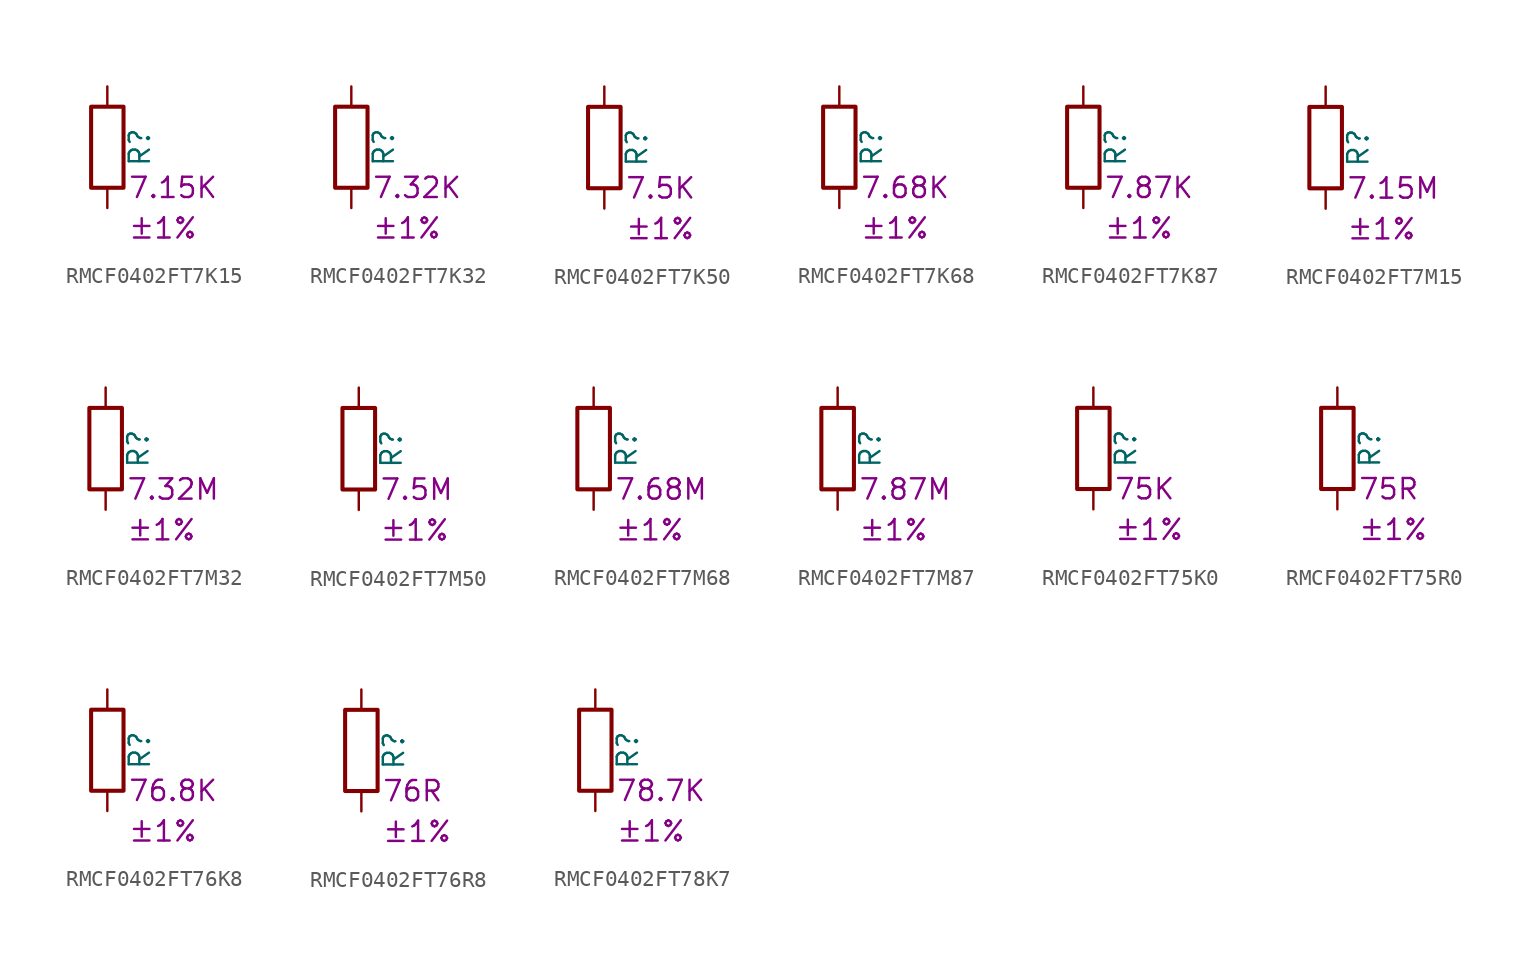
<source format=kicad_sym>
(kicad_symbol_lib
  (version 20220914)
  (generator kicad_symbol_editor)
  (symbol "RMCF0402FT7K15"
    (pin_numbers hide)
    (pin_names
      (offset 0))
    (property "Reference" "R"
      (at 2.032 0 90)
      (effects (font (size 1.27 1.27))))
    (property "Resistance" "7.15K"
      (at 1.27 -2.54 0)
      (effects (font (size 1.27 1.27)) (justify left)))
    (property "Tolerance" "±1%"
      (at 1.27 -5.08 0)
      (effects (font (size 1.27 1.27)) (justify left)))
    (symbol "RMCF0402FT7K15_0_1"
      (rectangle (start -1.016 -2.54) (end 1.016 2.54) (stroke (width 0.254) (type default)) (fill (type none))))
    (symbol "RMCF0402FT7K15_1_1"
      (pin passive line (at 0 3.81 270) (length 1.27) (name "~" (effects (font (size 1.27 1.27)))) (number "1" (effects (font (size 1.27 1.27)))))
      (pin passive line (at 0 -3.81 90) (length 1.27) (name "~" (effects (font (size 1.27 1.27)))) (number "2" (effects (font (size 1.27 1.27)))))))
  (symbol "RMCF0402FT7K32"
    (pin_numbers hide)
    (pin_names
      (offset 0))
    (property "Reference" "R"
      (at 2.032 0 90)
      (effects (font (size 1.27 1.27))))
    (property "Resistance" "7.32K"
      (at 1.27 -2.54 0)
      (effects (font (size 1.27 1.27)) (justify left)))
    (property "Tolerance" "±1%"
      (at 1.27 -5.08 0)
      (effects (font (size 1.27 1.27)) (justify left)))
    (symbol "RMCF0402FT7K32_0_1"
      (rectangle (start -1.016 -2.54) (end 1.016 2.54) (stroke (width 0.254) (type default)) (fill (type none))))
    (symbol "RMCF0402FT7K32_1_1"
      (pin passive line (at 0 3.81 270) (length 1.27) (name "~" (effects (font (size 1.27 1.27)))) (number "1" (effects (font (size 1.27 1.27)))))
      (pin passive line (at 0 -3.81 90) (length 1.27) (name "~" (effects (font (size 1.27 1.27)))) (number "2" (effects (font (size 1.27 1.27)))))))
  (symbol "RMCF0402FT7K50"
    (pin_numbers hide)
    (pin_names
      (offset 0))
    (property "Reference" "R"
      (at 2.032 0 90)
      (effects (font (size 1.27 1.27))))
    (property "Resistance" "7.5K"
      (at 1.27 -2.54 0)
      (effects (font (size 1.27 1.27)) (justify left)))
    (property "Tolerance" "±1%"
      (at 1.27 -5.08 0)
      (effects (font (size 1.27 1.27)) (justify left)))
    (symbol "RMCF0402FT7K50_0_1"
      (rectangle (start -1.016 -2.54) (end 1.016 2.54) (stroke (width 0.254) (type default)) (fill (type none))))
    (symbol "RMCF0402FT7K50_1_1"
      (pin passive line (at 0 3.81 270) (length 1.27) (name "~" (effects (font (size 1.27 1.27)))) (number "1" (effects (font (size 1.27 1.27)))))
      (pin passive line (at 0 -3.81 90) (length 1.27) (name "~" (effects (font (size 1.27 1.27)))) (number "2" (effects (font (size 1.27 1.27)))))))
  (symbol "RMCF0402FT7K68"
    (pin_numbers hide)
    (pin_names
      (offset 0))
    (property "Reference" "R"
      (at 2.032 0 90)
      (effects (font (size 1.27 1.27))))
    (property "Resistance" "7.68K"
      (at 1.27 -2.54 0)
      (effects (font (size 1.27 1.27)) (justify left)))
    (property "Tolerance" "±1%"
      (at 1.27 -5.08 0)
      (effects (font (size 1.27 1.27)) (justify left)))
    (symbol "RMCF0402FT7K68_0_1"
      (rectangle (start -1.016 -2.54) (end 1.016 2.54) (stroke (width 0.254) (type default)) (fill (type none))))
    (symbol "RMCF0402FT7K68_1_1"
      (pin passive line (at 0 3.81 270) (length 1.27) (name "~" (effects (font (size 1.27 1.27)))) (number "1" (effects (font (size 1.27 1.27)))))
      (pin passive line (at 0 -3.81 90) (length 1.27) (name "~" (effects (font (size 1.27 1.27)))) (number "2" (effects (font (size 1.27 1.27)))))))
  (symbol "RMCF0402FT7K87"
    (pin_numbers hide)
    (pin_names
      (offset 0))
    (property "Reference" "R"
      (at 2.032 0 90)
      (effects (font (size 1.27 1.27))))
    (property "Resistance" "7.87K"
      (at 1.27 -2.54 0)
      (effects (font (size 1.27 1.27)) (justify left)))
    (property "Tolerance" "±1%"
      (at 1.27 -5.08 0)
      (effects (font (size 1.27 1.27)) (justify left)))
    (symbol "RMCF0402FT7K87_0_1"
      (rectangle (start -1.016 -2.54) (end 1.016 2.54) (stroke (width 0.254) (type default)) (fill (type none))))
    (symbol "RMCF0402FT7K87_1_1"
      (pin passive line (at 0 3.81 270) (length 1.27) (name "~" (effects (font (size 1.27 1.27)))) (number "1" (effects (font (size 1.27 1.27)))))
      (pin passive line (at 0 -3.81 90) (length 1.27) (name "~" (effects (font (size 1.27 1.27)))) (number "2" (effects (font (size 1.27 1.27)))))))
  (symbol "RMCF0402FT7M15"
    (pin_numbers hide)
    (pin_names
      (offset 0))
    (property "Reference" "R"
      (at 2.032 0 90)
      (effects (font (size 1.27 1.27))))
    (property "Resistance" "7.15M"
      (at 1.27 -2.54 0)
      (effects (font (size 1.27 1.27)) (justify left)))
    (property "Tolerance" "±1%"
      (at 1.27 -5.08 0)
      (effects (font (size 1.27 1.27)) (justify left)))
    (symbol "RMCF0402FT7M15_0_1"
      (rectangle (start -1.016 -2.54) (end 1.016 2.54) (stroke (width 0.254) (type default)) (fill (type none))))
    (symbol "RMCF0402FT7M15_1_1"
      (pin passive line (at 0 3.81 270) (length 1.27) (name "~" (effects (font (size 1.27 1.27)))) (number "1" (effects (font (size 1.27 1.27)))))
      (pin passive line (at 0 -3.81 90) (length 1.27) (name "~" (effects (font (size 1.27 1.27)))) (number "2" (effects (font (size 1.27 1.27)))))))
  (symbol "RMCF0402FT7M32"
    (pin_numbers hide)
    (pin_names
      (offset 0))
    (property "Reference" "R"
      (at 2.032 0 90)
      (effects (font (size 1.27 1.27))))
    (property "Resistance" "7.32M"
      (at 1.27 -2.54 0)
      (effects (font (size 1.27 1.27)) (justify left)))
    (property "Tolerance" "±1%"
      (at 1.27 -5.08 0)
      (effects (font (size 1.27 1.27)) (justify left)))
    (symbol "RMCF0402FT7M32_0_1"
      (rectangle (start -1.016 -2.54) (end 1.016 2.54) (stroke (width 0.254) (type default)) (fill (type none))))
    (symbol "RMCF0402FT7M32_1_1"
      (pin passive line (at 0 3.81 270) (length 1.27) (name "~" (effects (font (size 1.27 1.27)))) (number "1" (effects (font (size 1.27 1.27)))))
      (pin passive line (at 0 -3.81 90) (length 1.27) (name "~" (effects (font (size 1.27 1.27)))) (number "2" (effects (font (size 1.27 1.27)))))))
  (symbol "RMCF0402FT7M50"
    (pin_numbers hide)
    (pin_names
      (offset 0))
    (property "Reference" "R"
      (at 2.032 0 90)
      (effects (font (size 1.27 1.27))))
    (property "Resistance" "7.5M"
      (at 1.27 -2.54 0)
      (effects (font (size 1.27 1.27)) (justify left)))
    (property "Tolerance" "±1%"
      (at 1.27 -5.08 0)
      (effects (font (size 1.27 1.27)) (justify left)))
    (symbol "RMCF0402FT7M50_0_1"
      (rectangle (start -1.016 -2.54) (end 1.016 2.54) (stroke (width 0.254) (type default)) (fill (type none))))
    (symbol "RMCF0402FT7M50_1_1"
      (pin passive line (at 0 3.81 270) (length 1.27) (name "~" (effects (font (size 1.27 1.27)))) (number "1" (effects (font (size 1.27 1.27)))))
      (pin passive line (at 0 -3.81 90) (length 1.27) (name "~" (effects (font (size 1.27 1.27)))) (number "2" (effects (font (size 1.27 1.27)))))))
  (symbol "RMCF0402FT7M68"
    (pin_numbers hide)
    (pin_names
      (offset 0))
    (property "Reference" "R"
      (at 2.032 0 90)
      (effects (font (size 1.27 1.27))))
    (property "Resistance" "7.68M"
      (at 1.27 -2.54 0)
      (effects (font (size 1.27 1.27)) (justify left)))
    (property "Tolerance" "±1%"
      (at 1.27 -5.08 0)
      (effects (font (size 1.27 1.27)) (justify left)))
    (symbol "RMCF0402FT7M68_0_1"
      (rectangle (start -1.016 -2.54) (end 1.016 2.54) (stroke (width 0.254) (type default)) (fill (type none))))
    (symbol "RMCF0402FT7M68_1_1"
      (pin passive line (at 0 3.81 270) (length 1.27) (name "~" (effects (font (size 1.27 1.27)))) (number "1" (effects (font (size 1.27 1.27)))))
      (pin passive line (at 0 -3.81 90) (length 1.27) (name "~" (effects (font (size 1.27 1.27)))) (number "2" (effects (font (size 1.27 1.27)))))))
  (symbol "RMCF0402FT7M87"
    (pin_numbers hide)
    (pin_names
      (offset 0))
    (property "Reference" "R"
      (at 2.032 0 90)
      (effects (font (size 1.27 1.27))))
    (property "Resistance" "7.87M"
      (at 1.27 -2.54 0)
      (effects (font (size 1.27 1.27)) (justify left)))
    (property "Tolerance" "±1%"
      (at 1.27 -5.08 0)
      (effects (font (size 1.27 1.27)) (justify left)))
    (symbol "RMCF0402FT7M87_0_1"
      (rectangle (start -1.016 -2.54) (end 1.016 2.54) (stroke (width 0.254) (type default)) (fill (type none))))
    (symbol "RMCF0402FT7M87_1_1"
      (pin passive line (at 0 3.81 270) (length 1.27) (name "~" (effects (font (size 1.27 1.27)))) (number "1" (effects (font (size 1.27 1.27)))))
      (pin passive line (at 0 -3.81 90) (length 1.27) (name "~" (effects (font (size 1.27 1.27)))) (number "2" (effects (font (size 1.27 1.27)))))))
  (symbol "RMCF0402FT75K0"
    (pin_numbers hide)
    (pin_names
      (offset 0))
    (property "Reference" "R"
      (at 2.032 0 90)
      (effects (font (size 1.27 1.27))))
    (property "Resistance" "75K"
      (at 1.27 -2.54 0)
      (effects (font (size 1.27 1.27)) (justify left)))
    (property "Tolerance" "±1%"
      (at 1.27 -5.08 0)
      (effects (font (size 1.27 1.27)) (justify left)))
    (symbol "RMCF0402FT75K0_0_1"
      (rectangle (start -1.016 -2.54) (end 1.016 2.54) (stroke (width 0.254) (type default)) (fill (type none))))
    (symbol "RMCF0402FT75K0_1_1"
      (pin passive line (at 0 3.81 270) (length 1.27) (name "~" (effects (font (size 1.27 1.27)))) (number "1" (effects (font (size 1.27 1.27)))))
      (pin passive line (at 0 -3.81 90) (length 1.27) (name "~" (effects (font (size 1.27 1.27)))) (number "2" (effects (font (size 1.27 1.27)))))))
  (symbol "RMCF0402FT75R0"
    (pin_numbers hide)
    (pin_names
      (offset 0))
    (property "Reference" "R"
      (at 2.032 0 90)
      (effects (font (size 1.27 1.27))))
    (property "Resistance" "75R"
      (at 1.27 -2.54 0)
      (effects (font (size 1.27 1.27)) (justify left)))
    (property "Tolerance" "±1%"
      (at 1.27 -5.08 0)
      (effects (font (size 1.27 1.27)) (justify left)))
    (symbol "RMCF0402FT75R0_0_1"
      (rectangle (start -1.016 -2.54) (end 1.016 2.54) (stroke (width 0.254) (type default)) (fill (type none))))
    (symbol "RMCF0402FT75R0_1_1"
      (pin passive line (at 0 3.81 270) (length 1.27) (name "~" (effects (font (size 1.27 1.27)))) (number "1" (effects (font (size 1.27 1.27)))))
      (pin passive line (at 0 -3.81 90) (length 1.27) (name "~" (effects (font (size 1.27 1.27)))) (number "2" (effects (font (size 1.27 1.27)))))))
  (symbol "RMCF0402FT76K8"
    (pin_numbers hide)
    (pin_names
      (offset 0))
    (property "Reference" "R"
      (at 2.032 0 90)
      (effects (font (size 1.27 1.27))))
    (property "Resistance" "76.8K"
      (at 1.27 -2.54 0)
      (effects (font (size 1.27 1.27)) (justify left)))
    (property "Tolerance" "±1%"
      (at 1.27 -5.08 0)
      (effects (font (size 1.27 1.27)) (justify left)))
    (symbol "RMCF0402FT76K8_0_1"
      (rectangle (start -1.016 -2.54) (end 1.016 2.54) (stroke (width 0.254) (type default)) (fill (type none))))
    (symbol "RMCF0402FT76K8_1_1"
      (pin passive line (at 0 3.81 270) (length 1.27) (name "~" (effects (font (size 1.27 1.27)))) (number "1" (effects (font (size 1.27 1.27)))))
      (pin passive line (at 0 -3.81 90) (length 1.27) (name "~" (effects (font (size 1.27 1.27)))) (number "2" (effects (font (size 1.27 1.27)))))))
  (symbol "RMCF0402FT76R8"
    (pin_numbers hide)
    (pin_names
      (offset 0))
    (property "Reference" "R"
      (at 2.032 0 90)
      (effects (font (size 1.27 1.27))))
    (property "Resistance" "76R"
      (at 1.27 -2.54 0)
      (effects (font (size 1.27 1.27)) (justify left)))
    (property "Tolerance" "±1%"
      (at 1.27 -5.08 0)
      (effects (font (size 1.27 1.27)) (justify left)))
    (symbol "RMCF0402FT76R8_0_1"
      (rectangle (start -1.016 -2.54) (end 1.016 2.54) (stroke (width 0.254) (type default)) (fill (type none))))
    (symbol "RMCF0402FT76R8_1_1"
      (pin passive line (at 0 3.81 270) (length 1.27) (name "~" (effects (font (size 1.27 1.27)))) (number "1" (effects (font (size 1.27 1.27)))))
      (pin passive line (at 0 -3.81 90) (length 1.27) (name "~" (effects (font (size 1.27 1.27)))) (number "2" (effects (font (size 1.27 1.27)))))))
  (symbol "RMCF0402FT78K7"
    (pin_numbers hide)
    (pin_names
      (offset 0))
    (property "Reference" "R"
      (at 2.032 0 90)
      (effects (font (size 1.27 1.27))))
    (property "Resistance" "78.7K"
      (at 1.27 -2.54 0)
      (effects (font (size 1.27 1.27)) (justify left)))
    (property "Tolerance" "±1%"
      (at 1.27 -5.08 0)
      (effects (font (size 1.27 1.27)) (justify left)))
    (symbol "RMCF0402FT78K7_0_1"
      (rectangle (start -1.016 -2.54) (end 1.016 2.54) (stroke (width 0.254) (type default)) (fill (type none))))
    (symbol "RMCF0402FT78K7_1_1"
      (pin passive line (at 0 3.81 270) (length 1.27) (name "~" (effects (font (size 1.27 1.27)))) (number "1" (effects (font (size 1.27 1.27)))))
      (pin passive line (at 0 -3.81 90) (length 1.27) (name "~" (effects (font (size 1.27 1.27)))) (number "2" (effects (font (size 1.27 1.27))))))))
</source>
